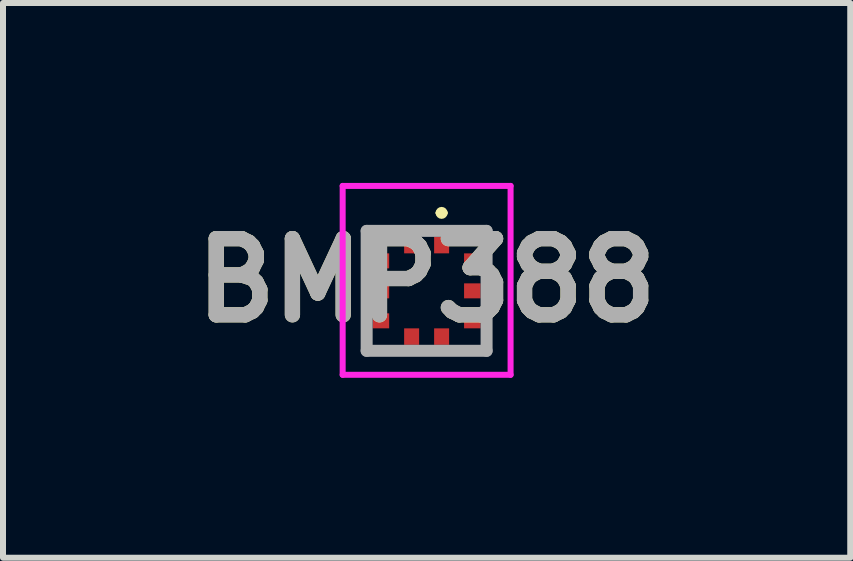
<source format=kicad_pcb>
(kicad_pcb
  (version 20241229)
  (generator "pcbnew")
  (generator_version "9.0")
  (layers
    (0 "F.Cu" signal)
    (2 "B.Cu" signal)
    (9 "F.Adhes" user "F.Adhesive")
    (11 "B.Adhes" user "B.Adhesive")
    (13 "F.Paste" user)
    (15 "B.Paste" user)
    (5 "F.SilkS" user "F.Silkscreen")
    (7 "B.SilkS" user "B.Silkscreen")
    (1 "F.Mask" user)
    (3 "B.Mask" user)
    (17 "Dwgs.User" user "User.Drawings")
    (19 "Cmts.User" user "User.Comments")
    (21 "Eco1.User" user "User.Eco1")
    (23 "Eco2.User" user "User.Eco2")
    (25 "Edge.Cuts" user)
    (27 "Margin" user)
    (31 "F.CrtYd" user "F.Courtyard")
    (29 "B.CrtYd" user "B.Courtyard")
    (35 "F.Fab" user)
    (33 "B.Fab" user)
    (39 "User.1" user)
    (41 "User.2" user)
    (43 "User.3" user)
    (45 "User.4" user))
  (footprint "BMP388"
    (layer "F.Cu")
    (at 4.064 1.8)
    (property "Reference" "BMP388" (at 0 -0.175 0) (layer "F.SilkS") (effects (font (size 1.27 1.27) (thickness 0.254))))
    (attr smd)
    (fp_line (start -1 -1) (end -1 -0.8) (stroke (width 0.1) (type solid)) (layer "F.SilkS"))
    (fp_line (start -1 0.8) (end -1 1) (stroke (width 0.1) (type solid)) (layer "F.SilkS"))
    (fp_line (start -1 1) (end -0.5 1) (stroke (width 0.1) (type solid)) (layer "F.SilkS"))
    (fp_line (start -0.5 -1) (end -1 -1) (stroke (width 0.1) (type solid)) (layer "F.SilkS"))
    (fp_line (start 0.2 -1.3) (end 0.2 -1.3) (stroke (width 0.1) (type solid)) (layer "F.SilkS"))
    (fp_line (start 0.3 -1.3) (end 0.3 -1.3) (stroke (width 0.1) (type solid)) (layer "F.SilkS"))
    (fp_line (start 0.5 -1) (end 1 -1) (stroke (width 0.1) (type solid)) (layer "F.SilkS"))
    (fp_line (start 0.5 1) (end 1 1) (stroke (width 0.1) (type solid)) (layer "F.SilkS"))
    (fp_line (start 1 -1) (end 1 -0.8) (stroke (width 0.1) (type solid)) (layer "F.SilkS"))
    (fp_line (start 1 1) (end 1 0.8) (stroke (width 0.1) (type solid)) (layer "F.SilkS"))
    (fp_arc (start 0.2 -1.3) (mid 0.25 -1.35) (end 0.3 -1.3) (stroke (width 0.1) (type solid)) (layer "F.SilkS"))
    (fp_arc (start 0.3 -1.3) (mid 0.25 -1.25) (end 0.2 -1.3) (stroke (width 0.1) (type solid)) (layer "F.SilkS"))
    (fp_line (start -1.4 -1.75) (end 1.4 -1.75) (stroke (width 0.1) (type solid)) (layer "F.CrtYd"))
    (fp_line (start -1.4 1.4) (end -1.4 -1.75) (stroke (width 0.1) (type solid)) (layer "F.CrtYd"))
    (fp_line (start 1.4 -1.75) (end 1.4 1.4) (stroke (width 0.1) (type solid)) (layer "F.CrtYd"))
    (fp_line (start 1.4 1.4) (end -1.4 1.4) (stroke (width 0.1) (type solid)) (layer "F.CrtYd"))
    (fp_line (start -1 -1) (end 1 -1) (stroke (width 0.2) (type solid)) (layer "F.Fab"))
    (fp_line (start -1 1) (end -1 -1) (stroke (width 0.2) (type solid)) (layer "F.Fab"))
    (fp_line (start 1 -1) (end 1 1) (stroke (width 0.2) (type solid)) (layer "F.Fab"))
    (fp_line (start 1 1) (end -1 1) (stroke (width 0.2) (type solid)) (layer "F.Fab"))
    (fp_text user "${REFERENCE}" (at 0 -0.175 0) (layer "F.Fab") (effects (font (size 1.27 1.27) (thickness 0.254))))
    (pad "1" smd rect (at 0.25 -0.763) (size 0.25 0.275) (layers "F.Cu" "F.Mask" "F.Paste"))
    (pad "2" smd rect (at -0.25 -0.763) (size 0.25 0.275) (layers "F.Cu" "F.Mask" "F.Paste"))
    (pad "3" smd rect (at -0.762 -0.5 90) (size 0.25 0.275) (layers "F.Cu" "F.Mask" "F.Paste"))
    (pad "4" smd rect (at -0.762 0 90) (size 0.25 0.275) (layers "F.Cu" "F.Mask" "F.Paste"))
    (pad "5" smd rect (at -0.762 0.5 90) (size 0.25 0.275) (layers "F.Cu" "F.Mask" "F.Paste"))
    (pad "6" smd rect (at -0.25 0.763) (size 0.25 0.275) (layers "F.Cu" "F.Mask" "F.Paste"))
    (pad "7" smd rect (at 0.25 0.763) (size 0.25 0.275) (layers "F.Cu" "F.Mask" "F.Paste"))
    (pad "8" smd rect (at 0.762 0.5 90) (size 0.25 0.275) (layers "F.Cu" "F.Mask" "F.Paste"))
    (pad "9" smd rect (at 0.762 0 90) (size 0.25 0.275) (layers "F.Cu" "F.Mask" "F.Paste"))
    (pad "10" smd rect (at 0.762 -0.5 90) (size 0.25 0.275) (layers "F.Cu" "F.Mask" "F.Paste")))
  (gr_rect
    (start -3 -3)
    (end 11.128 6.25)
    (stroke (width 0.1) (type default))
    (fill no)
    (layer "Edge.Cuts")))
</source>
